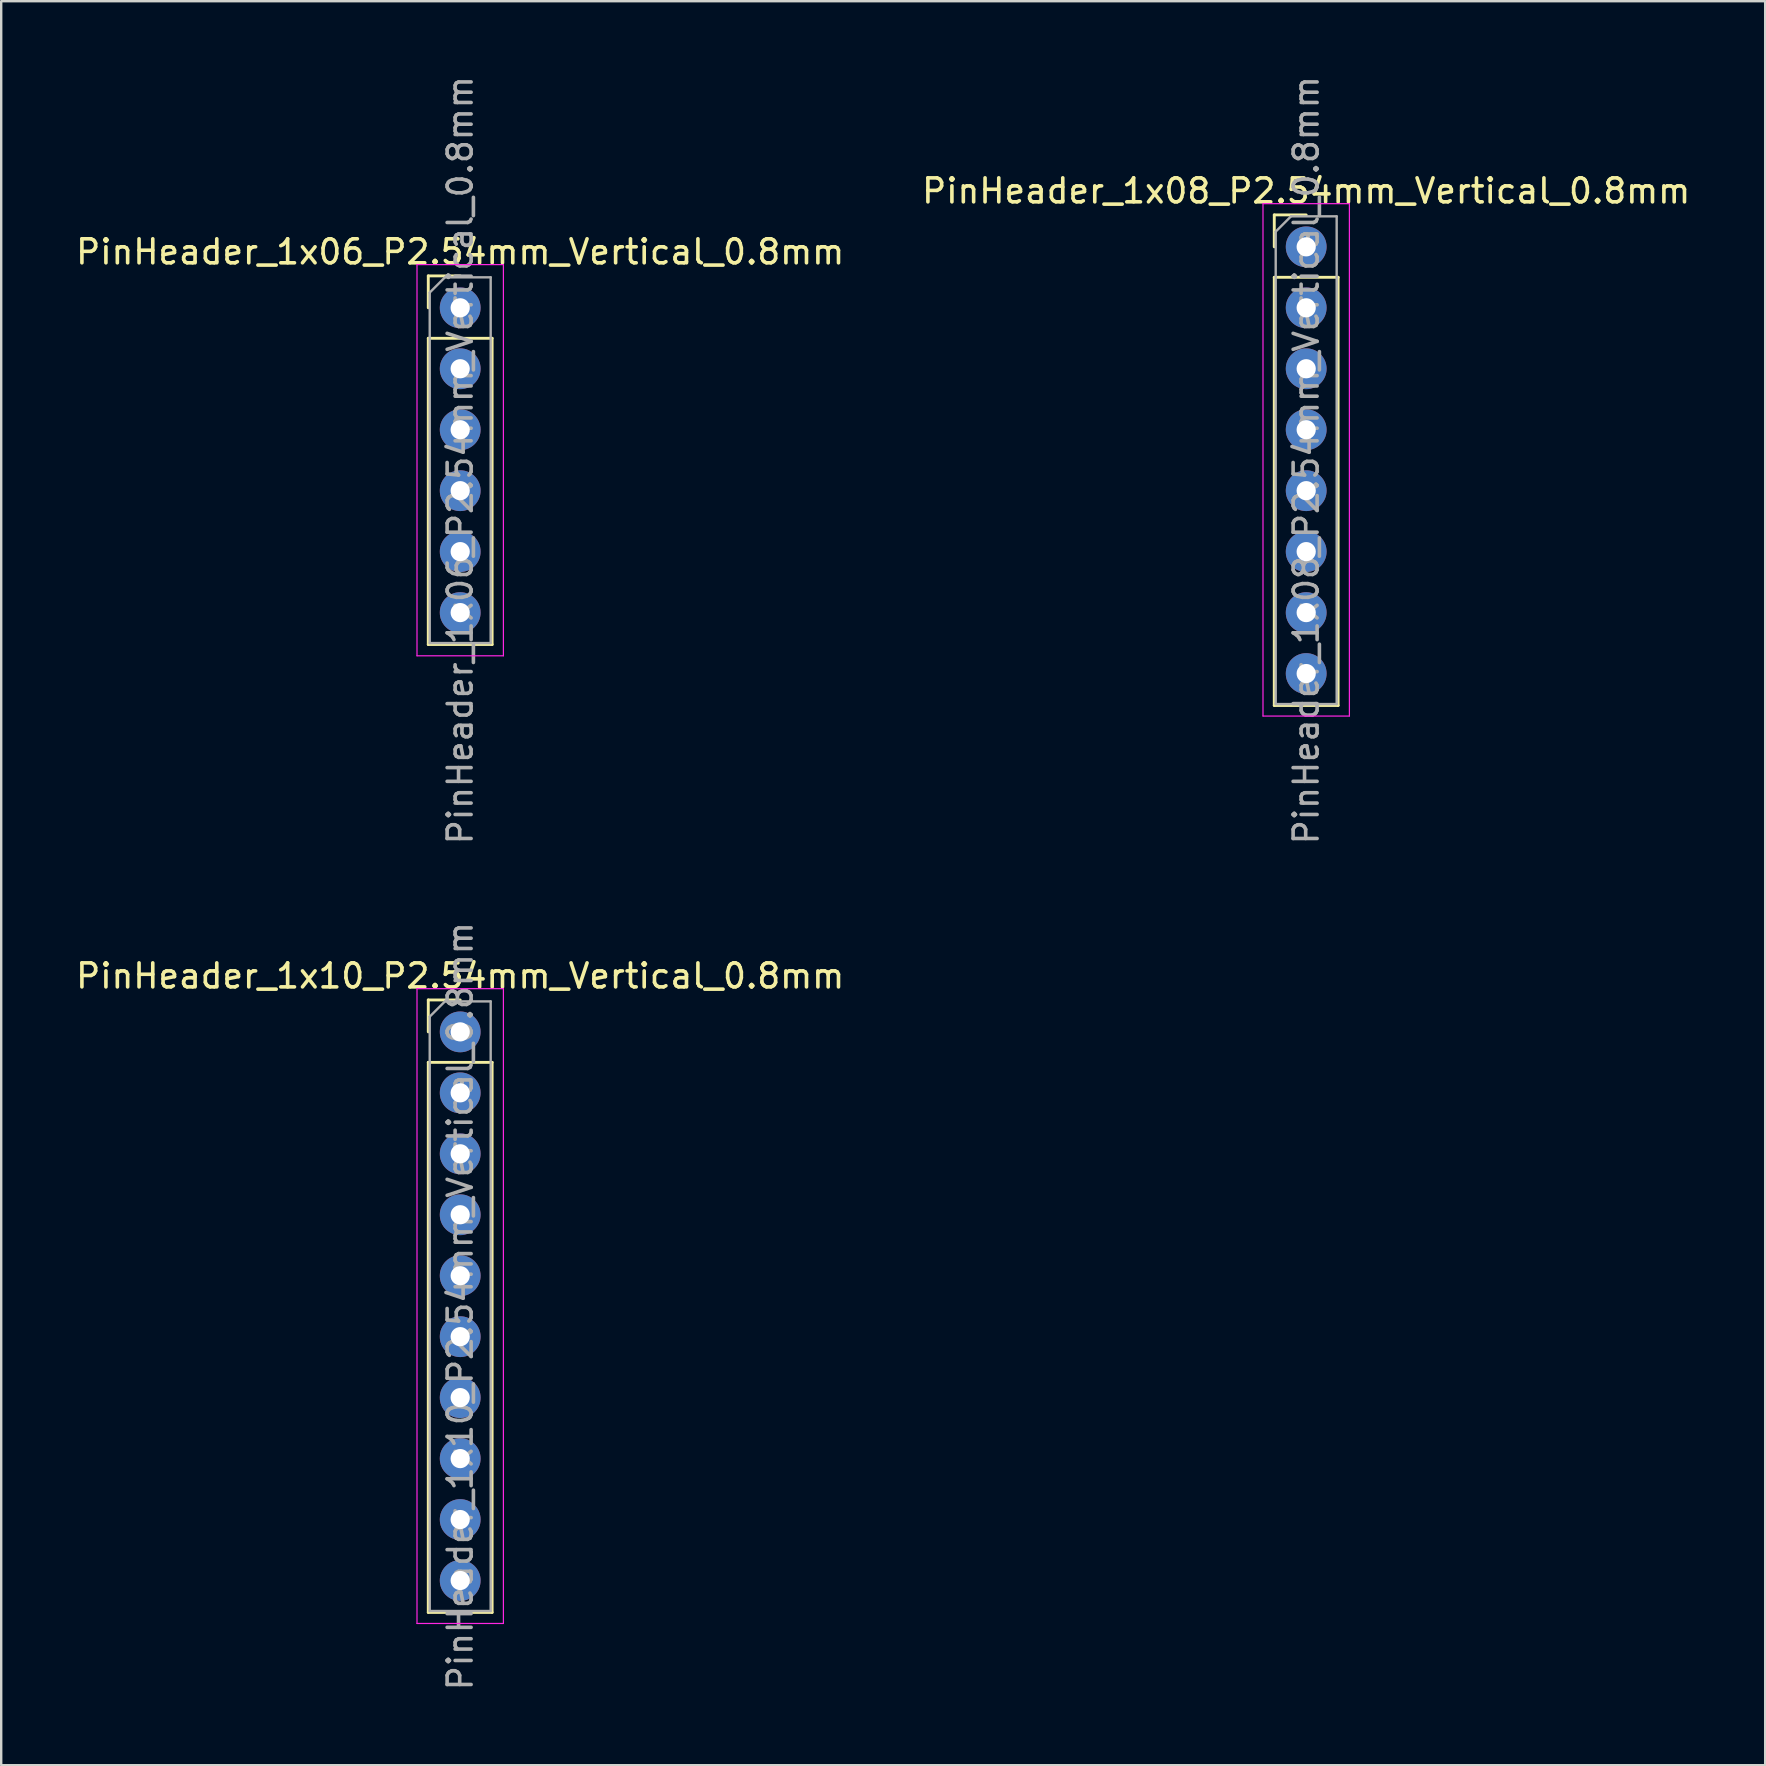
<source format=kicad_pcb>
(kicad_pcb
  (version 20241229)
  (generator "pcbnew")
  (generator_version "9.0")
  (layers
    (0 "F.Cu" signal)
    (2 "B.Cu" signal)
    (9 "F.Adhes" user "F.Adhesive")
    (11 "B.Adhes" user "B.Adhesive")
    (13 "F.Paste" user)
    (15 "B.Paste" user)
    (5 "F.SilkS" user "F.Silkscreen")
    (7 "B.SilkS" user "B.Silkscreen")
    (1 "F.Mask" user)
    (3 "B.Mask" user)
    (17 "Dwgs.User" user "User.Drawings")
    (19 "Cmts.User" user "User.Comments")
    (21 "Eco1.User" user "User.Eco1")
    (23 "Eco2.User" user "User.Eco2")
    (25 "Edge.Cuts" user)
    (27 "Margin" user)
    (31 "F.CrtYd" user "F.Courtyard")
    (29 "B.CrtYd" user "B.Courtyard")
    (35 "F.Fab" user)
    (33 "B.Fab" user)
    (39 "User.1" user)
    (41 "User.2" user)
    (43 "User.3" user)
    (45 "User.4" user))
  (footprint "PinHeader_1x08_P2.54mm_Vertical_0.8mm"
    (layer "F.Cu")
    (at 51.375 7.235)
    (property "Reference" "PinHeader_1x08_P2.54mm_Vertical_0.8mm" (at 0 -2.33 0) (layer "F.SilkS") (effects (font (size 1 1) (thickness 0.15))))
    (attr through_hole)
    (fp_line (start -1.33 -1.33) (end 0 -1.33) (stroke (width 0.12) (type solid)) (layer "F.SilkS"))
    (fp_line (start -1.33 0) (end -1.33 -1.33) (stroke (width 0.12) (type solid)) (layer "F.SilkS"))
    (fp_line (start -1.33 1.27) (end -1.33 19.11) (stroke (width 0.12) (type solid)) (layer "F.SilkS"))
    (fp_line (start -1.33 1.27) (end 1.33 1.27) (stroke (width 0.12) (type solid)) (layer "F.SilkS"))
    (fp_line (start -1.33 19.11) (end 1.33 19.11) (stroke (width 0.12) (type solid)) (layer "F.SilkS"))
    (fp_line (start 1.33 1.27) (end 1.33 19.11) (stroke (width 0.12) (type solid)) (layer "F.SilkS"))
    (fp_line (start -1.8 -1.8) (end -1.8 19.55) (stroke (width 0.05) (type solid)) (layer "F.CrtYd"))
    (fp_line (start -1.8 19.55) (end 1.8 19.55) (stroke (width 0.05) (type solid)) (layer "F.CrtYd"))
    (fp_line (start 1.8 -1.8) (end -1.8 -1.8) (stroke (width 0.05) (type solid)) (layer "F.CrtYd"))
    (fp_line (start 1.8 19.55) (end 1.8 -1.8) (stroke (width 0.05) (type solid)) (layer "F.CrtYd"))
    (fp_line (start -1.27 -0.635) (end -0.635 -1.27) (stroke (width 0.1) (type solid)) (layer "F.Fab"))
    (fp_line (start -1.27 19.05) (end -1.27 -0.635) (stroke (width 0.1) (type solid)) (layer "F.Fab"))
    (fp_line (start -0.635 -1.27) (end 1.27 -1.27) (stroke (width 0.1) (type solid)) (layer "F.Fab"))
    (fp_line (start 1.27 -1.27) (end 1.27 19.05) (stroke (width 0.1) (type solid)) (layer "F.Fab"))
    (fp_line (start 1.27 19.05) (end -1.27 19.05) (stroke (width 0.1) (type solid)) (layer "F.Fab"))
    (fp_text user "${REFERENCE}" (at 0 8.89 270) (layer "F.Fab") (effects (font (size 1 1) (thickness 0.15))))
    (pad "1" thru_hole circle (at 0 0) (size 1.7 1.7) (drill 0.8) (layers "*.Cu" "*.Mask"))
    (pad "2" thru_hole oval (at 0 2.54) (size 1.7 1.7) (drill 0.8) (layers "*.Cu" "*.Mask"))
    (pad "3" thru_hole oval (at 0 5.08) (size 1.7 1.7) (drill 0.8) (layers "*.Cu" "*.Mask"))
    (pad "4" thru_hole oval (at 0 7.62) (size 1.7 1.7) (drill 0.8) (layers "*.Cu" "*.Mask"))
    (pad "5" thru_hole oval (at 0 10.16) (size 1.7 1.7) (drill 0.8) (layers "*.Cu" "*.Mask"))
    (pad "6" thru_hole oval (at 0 12.7) (size 1.7 1.7) (drill 0.8) (layers "*.Cu" "*.Mask"))
    (pad "7" thru_hole oval (at 0 15.24) (size 1.7 1.7) (drill 0.8) (layers "*.Cu" "*.Mask"))
    (pad "8" thru_hole oval (at 0 17.78) (size 1.7 1.7) (drill 0.8) (layers "*.Cu" "*.Mask")))
  (footprint "PinHeader_1x06_P2.54mm_Vertical_0.8mm"
    (layer "F.Cu")
    (at 16.125 9.775)
    (property "Reference" "PinHeader_1x06_P2.54mm_Vertical_0.8mm" (at 0 -2.33 180) (layer "F.SilkS") (effects (font (size 1 1) (thickness 0.15))))
    (attr through_hole)
    (fp_line (start -1.33 -1.33) (end 0 -1.33) (stroke (width 0.12) (type solid)) (layer "F.SilkS"))
    (fp_line (start -1.33 0) (end -1.33 -1.33) (stroke (width 0.12) (type solid)) (layer "F.SilkS"))
    (fp_line (start -1.33 1.27) (end -1.33 14.03) (stroke (width 0.12) (type solid)) (layer "F.SilkS"))
    (fp_line (start -1.33 1.27) (end 1.33 1.27) (stroke (width 0.12) (type solid)) (layer "F.SilkS"))
    (fp_line (start -1.33 14.03) (end 1.33 14.03) (stroke (width 0.12) (type solid)) (layer "F.SilkS"))
    (fp_line (start 1.33 1.27) (end 1.33 14.03) (stroke (width 0.12) (type solid)) (layer "F.SilkS"))
    (fp_line (start -1.8 -1.8) (end -1.8 14.5) (stroke (width 0.05) (type solid)) (layer "F.CrtYd"))
    (fp_line (start -1.8 14.5) (end 1.8 14.5) (stroke (width 0.05) (type solid)) (layer "F.CrtYd"))
    (fp_line (start 1.8 -1.8) (end -1.8 -1.8) (stroke (width 0.05) (type solid)) (layer "F.CrtYd"))
    (fp_line (start 1.8 14.5) (end 1.8 -1.8) (stroke (width 0.05) (type solid)) (layer "F.CrtYd"))
    (fp_line (start -1.27 -0.635) (end -0.635 -1.27) (stroke (width 0.1) (type solid)) (layer "F.Fab"))
    (fp_line (start -1.27 13.97) (end -1.27 -0.635) (stroke (width 0.1) (type solid)) (layer "F.Fab"))
    (fp_line (start -0.635 -1.27) (end 1.27 -1.27) (stroke (width 0.1) (type solid)) (layer "F.Fab"))
    (fp_line (start 1.27 -1.27) (end 1.27 13.97) (stroke (width 0.1) (type solid)) (layer "F.Fab"))
    (fp_line (start 1.27 13.97) (end -1.27 13.97) (stroke (width 0.1) (type solid)) (layer "F.Fab"))
    (fp_text user "${REFERENCE}" (at 0 6.35 90) (layer "F.Fab") (effects (font (size 1 1) (thickness 0.15))))
    (pad "1" thru_hole circle (at 0 0) (size 1.7 1.7) (drill 0.8) (layers "*.Cu" "*.Mask"))
    (pad "2" thru_hole oval (at 0 2.54) (size 1.7 1.7) (drill 0.8) (layers "*.Cu" "*.Mask"))
    (pad "3" thru_hole oval (at 0 5.08) (size 1.7 1.7) (drill 0.8) (layers "*.Cu" "*.Mask"))
    (pad "4" thru_hole oval (at 0 7.62) (size 1.7 1.7) (drill 0.8) (layers "*.Cu" "*.Mask"))
    (pad "5" thru_hole oval (at 0 10.16) (size 1.7 1.7) (drill 0.8) (layers "*.Cu" "*.Mask"))
    (pad "6" thru_hole oval (at 0 12.7) (size 1.7 1.7) (drill 0.8) (layers "*.Cu" "*.Mask")))
  (footprint "PinHeader_1x10_P2.54mm_Vertical_0.8mm"
    (layer "F.Cu")
    (at 16.125 39.945)
    (property "Reference" "PinHeader_1x10_P2.54mm_Vertical_0.8mm" (at 0 -2.33 0) (layer "F.SilkS") (effects (font (size 1 1) (thickness 0.15))))
    (attr through_hole)
    (fp_line (start -1.33 -1.33) (end 0 -1.33) (stroke (width 0.12) (type solid)) (layer "F.SilkS"))
    (fp_line (start -1.33 0) (end -1.33 -1.33) (stroke (width 0.12) (type solid)) (layer "F.SilkS"))
    (fp_line (start -1.33 1.27) (end -1.33 24.19) (stroke (width 0.12) (type solid)) (layer "F.SilkS"))
    (fp_line (start -1.33 1.27) (end 1.33 1.27) (stroke (width 0.12) (type solid)) (layer "F.SilkS"))
    (fp_line (start -1.33 24.19) (end 1.33 24.19) (stroke (width 0.12) (type solid)) (layer "F.SilkS"))
    (fp_line (start 1.33 1.27) (end 1.33 24.19) (stroke (width 0.12) (type solid)) (layer "F.SilkS"))
    (fp_line (start -1.8 -1.8) (end -1.8 24.65) (stroke (width 0.05) (type solid)) (layer "F.CrtYd"))
    (fp_line (start -1.8 24.65) (end 1.8 24.65) (stroke (width 0.05) (type solid)) (layer "F.CrtYd"))
    (fp_line (start 1.8 -1.8) (end -1.8 -1.8) (stroke (width 0.05) (type solid)) (layer "F.CrtYd"))
    (fp_line (start 1.8 24.65) (end 1.8 -1.8) (stroke (width 0.05) (type solid)) (layer "F.CrtYd"))
    (fp_line (start -1.27 -0.635) (end -0.635 -1.27) (stroke (width 0.1) (type solid)) (layer "F.Fab"))
    (fp_line (start -1.27 24.13) (end -1.27 -0.635) (stroke (width 0.1) (type solid)) (layer "F.Fab"))
    (fp_line (start -0.635 -1.27) (end 1.27 -1.27) (stroke (width 0.1) (type solid)) (layer "F.Fab"))
    (fp_line (start 1.27 -1.27) (end 1.27 24.13) (stroke (width 0.1) (type solid)) (layer "F.Fab"))
    (fp_line (start 1.27 24.13) (end -1.27 24.13) (stroke (width 0.1) (type solid)) (layer "F.Fab"))
    (fp_text user "${REFERENCE}" (at 0 11.43 270) (layer "F.Fab") (effects (font (size 1 1) (thickness 0.15))))
    (pad "1" thru_hole circle (at 0 0) (size 1.7 1.7) (drill 0.8) (layers "*.Cu" "*.Mask"))
    (pad "2" thru_hole oval (at 0 2.54) (size 1.7 1.7) (drill 0.8) (layers "*.Cu" "*.Mask"))
    (pad "3" thru_hole oval (at 0 5.08) (size 1.7 1.7) (drill 0.8) (layers "*.Cu" "*.Mask"))
    (pad "4" thru_hole oval (at 0 7.62) (size 1.7 1.7) (drill 0.8) (layers "*.Cu" "*.Mask"))
    (pad "5" thru_hole oval (at 0 10.16) (size 1.7 1.7) (drill 0.8) (layers "*.Cu" "*.Mask"))
    (pad "6" thru_hole oval (at 0 12.7) (size 1.7 1.7) (drill 0.8) (layers "*.Cu" "*.Mask"))
    (pad "7" thru_hole oval (at 0 15.24) (size 1.7 1.7) (drill 0.8) (layers "*.Cu" "*.Mask"))
    (pad "8" thru_hole oval (at 0 17.78) (size 1.7 1.7) (drill 0.8) (layers "*.Cu" "*.Mask"))
    (pad "9" thru_hole oval (at 0 20.32) (size 1.7 1.7) (drill 0.8) (layers "*.Cu" "*.Mask"))
    (pad "10" thru_hole oval (at 0 22.86) (size 1.7 1.7) (drill 0.8) (layers "*.Cu" "*.Mask")))
  (gr_rect
    (start -3 -3)
    (end 70.5 70.5)
    (stroke (width 0.1) (type default))
    (fill no)
    (layer "Edge.Cuts")))
</source>
